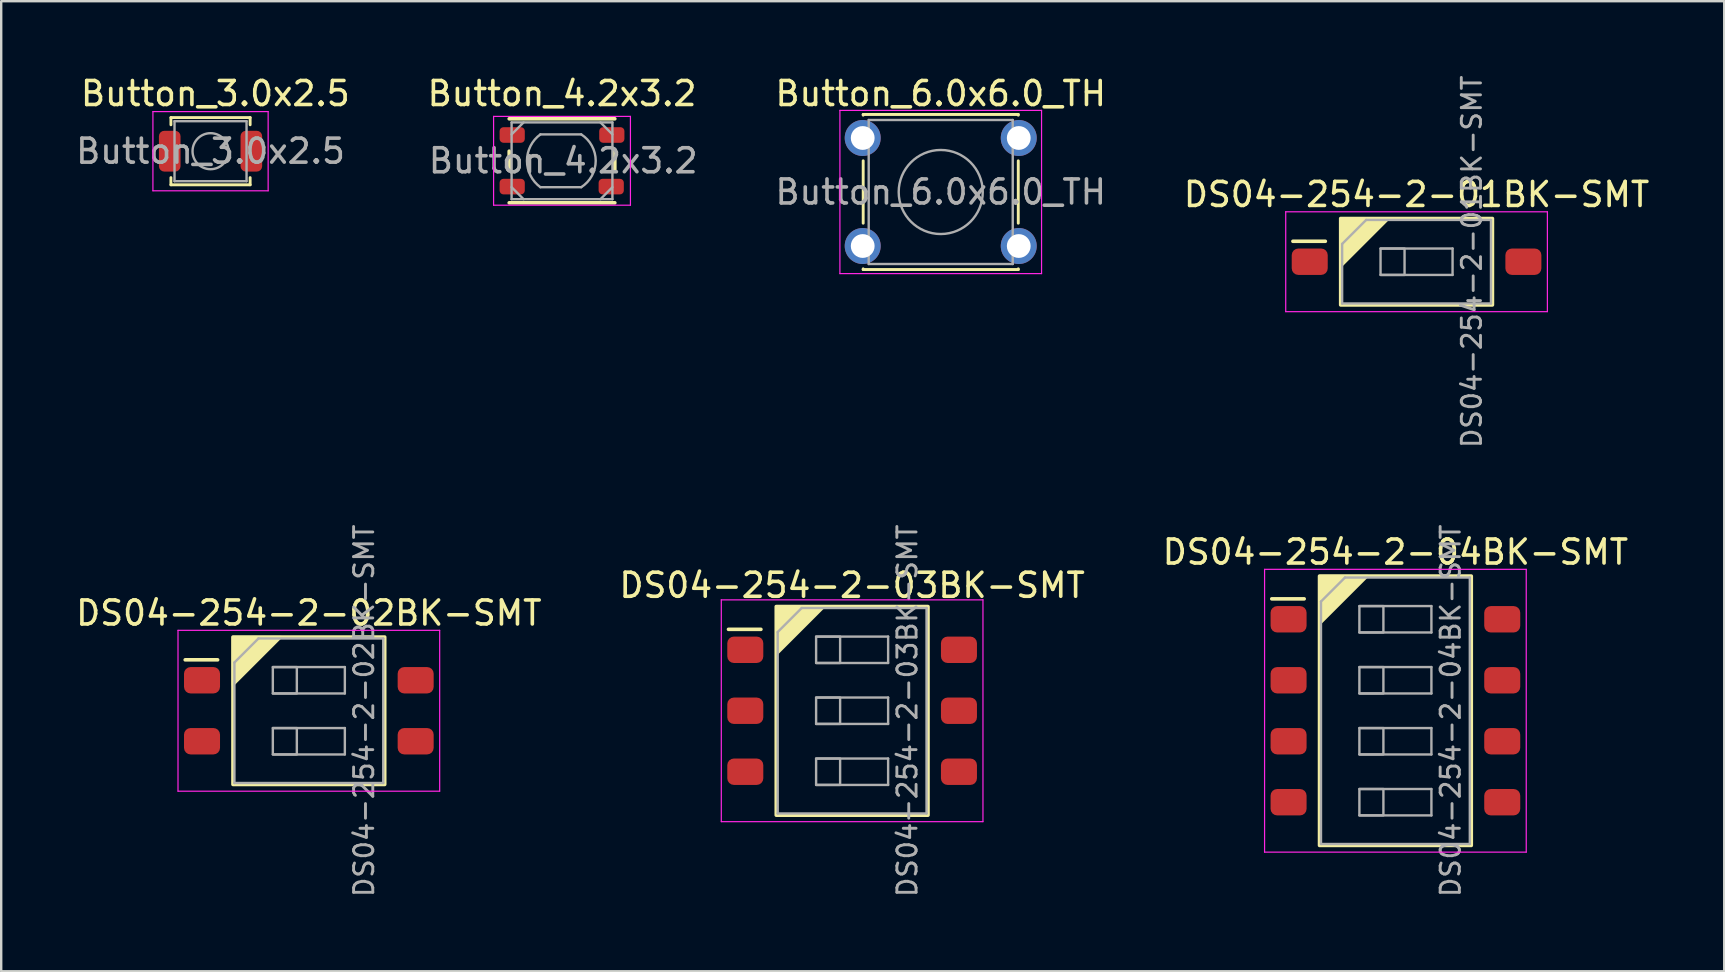
<source format=kicad_pcb>
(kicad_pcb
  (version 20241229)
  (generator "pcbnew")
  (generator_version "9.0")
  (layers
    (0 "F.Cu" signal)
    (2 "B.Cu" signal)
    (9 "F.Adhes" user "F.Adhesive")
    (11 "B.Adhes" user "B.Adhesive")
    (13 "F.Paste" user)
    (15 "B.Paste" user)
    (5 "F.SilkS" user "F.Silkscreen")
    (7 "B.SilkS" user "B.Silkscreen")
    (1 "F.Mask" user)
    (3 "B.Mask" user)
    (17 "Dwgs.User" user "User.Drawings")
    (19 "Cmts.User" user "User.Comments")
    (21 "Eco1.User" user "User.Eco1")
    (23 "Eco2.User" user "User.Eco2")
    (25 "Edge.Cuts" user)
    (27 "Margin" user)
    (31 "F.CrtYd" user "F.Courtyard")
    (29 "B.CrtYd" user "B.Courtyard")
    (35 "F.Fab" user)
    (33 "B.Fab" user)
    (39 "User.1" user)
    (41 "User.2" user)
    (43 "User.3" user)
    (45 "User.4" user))
  (footprint "DS04-254-2-03BK-SMT"
    (layer "F.Cu")
    (at 32.446 26.557)
    (property "Reference" "DS04-254-2-03BK-SMT" (at 0 -5.225 0) (layer "F.SilkS") (effects (font (size 1 1) (thickness 0.15))))
    (attr smd)
    (fp_line (start -5.15 -3.391) (end -3.8 -3.391) (stroke (width 0.15) (type solid)) (layer "F.SilkS"))
    (fp_rect (start -3.16 -4.34) (end 3.16 4.35) (stroke (width 0.15) (type default)) (fill no) (layer "F.SilkS"))
    (fp_poly (pts (xy -3.16 -4.34) (xy -1.16 -4.34) (xy -3.16 -2.34)) (stroke (width 0.1) (type solid)) (fill yes) (layer "F.SilkS"))
    (fp_line (start -5.45 -4.62) (end -5.45 4.62) (stroke (width 0.05) (type solid)) (layer "F.CrtYd"))
    (fp_line (start 5.45 -4.62) (end -5.45 -4.62) (stroke (width 0.05) (type solid)) (layer "F.CrtYd"))
    (fp_line (start 5.45 4.62) (end -5.45 4.62) (stroke (width 0.05) (type solid)) (layer "F.CrtYd"))
    (fp_line (start 5.45 4.62) (end 5.45 -4.62) (stroke (width 0.05) (type solid)) (layer "F.CrtYd"))
    (fp_line (start -3.1 -3.28) (end -2.1 -4.28) (stroke (width 0.1) (type solid)) (layer "F.Fab"))
    (fp_line (start -3.1 4.28) (end -3.1 -3.28) (stroke (width 0.1) (type solid)) (layer "F.Fab"))
    (fp_line (start -2.1 -4.28) (end 3.1 -4.28) (stroke (width 0.1) (type solid)) (layer "F.Fab"))
    (fp_line (start -1.5 -1.99) (end 1.5 -1.99) (stroke (width 0.1) (type solid)) (layer "F.Fab"))
    (fp_line (start -1.5 0.55) (end 1.5 0.55) (stroke (width 0.1) (type solid)) (layer "F.Fab"))
    (fp_line (start -1.5 1.99) (end 1.5 1.99) (stroke (width 0.1) (type solid)) (layer "F.Fab"))
    (fp_line (start 1.5 -3.09) (end -1.5 -3.09) (stroke (width 0.1) (type solid)) (layer "F.Fab"))
    (fp_line (start 1.5 -1.99) (end 1.5 -3.09) (stroke (width 0.1) (type solid)) (layer "F.Fab"))
    (fp_line (start 1.5 -0.55) (end -1.5 -0.55) (stroke (width 0.1) (type solid)) (layer "F.Fab"))
    (fp_line (start 1.5 0.55) (end 1.5 -0.55) (stroke (width 0.1) (type solid)) (layer "F.Fab"))
    (fp_line (start 1.5 1.99) (end 1.5 3.09) (stroke (width 0.1) (type solid)) (layer "F.Fab"))
    (fp_line (start 1.5 3.09) (end -1.5 3.09) (stroke (width 0.1) (type solid)) (layer "F.Fab"))
    (fp_line (start 3.1 -4.28) (end 3.1 4.28) (stroke (width 0.1) (type solid)) (layer "F.Fab"))
    (fp_line (start 3.1 4.28) (end -3.1 4.28) (stroke (width 0.1) (type solid)) (layer "F.Fab"))
    (fp_rect (start -1.5 -3.09) (end -0.5 -1.99) (stroke (width 0.1) (type solid)) (fill no) (layer "F.Fab"))
    (fp_rect (start -1.5 -0.55) (end -0.5 0.55) (stroke (width 0.1) (type solid)) (fill no) (layer "F.Fab"))
    (fp_rect (start -1.5 3.09) (end -0.5 1.99) (stroke (width 0.1) (type solid)) (fill no) (layer "F.Fab"))
    (fp_text user "${REFERENCE}" (at 2.3 0 90) (layer "F.Fab") (effects (font (size 0.8 0.8) (thickness 0.12))))
    (pad "1" smd roundrect (at -4.45 -2.54) (size 1.5 1.1) (layers "F.Cu" "F.Mask" "F.Paste") (roundrect_rratio 0.25))
    (pad "2" smd roundrect (at -4.45 0) (size 1.5 1.1) (layers "F.Cu" "F.Mask" "F.Paste") (roundrect_rratio 0.25))
    (pad "3" smd roundrect (at -4.45 2.54) (size 1.5 1.1) (layers "F.Cu" "F.Mask" "F.Paste") (roundrect_rratio 0.25))
    (pad "4" smd roundrect (at 4.45 2.54) (size 1.5 1.1) (layers "F.Cu" "F.Mask" "F.Paste") (roundrect_rratio 0.25))
    (pad "5" smd roundrect (at 4.45 0) (size 1.5 1.1) (layers "F.Cu" "F.Mask" "F.Paste") (roundrect_rratio 0.25))
    (pad "6" smd roundrect (at 4.45 -2.54) (size 1.5 1.1) (layers "F.Cu" "F.Mask" "F.Paste") (roundrect_rratio 0.25)))
  (footprint "Button_4.2x3.2"
    (layer "F.Cu")
    (at 20.361 3.648)
    (property "Reference" "Button_4.2x3.2" (at 0 -2.8 0) (unlocked yes) (layer "F.SilkS") (effects (font (size 1 1) (thickness 0.15))))
    (attr smd)
    (fp_line (start -2.2 0.4) (end -2.2 -0.4) (stroke (width 0.15) (type solid)) (layer "F.SilkS"))
    (fp_line (start -2.2 1.75) (end 2.2 1.75) (stroke (width 0.15) (type solid)) (layer "F.SilkS"))
    (fp_line (start 2.2 -1.75) (end -2.2 -1.75) (stroke (width 0.15) (type solid)) (layer "F.SilkS"))
    (fp_line (start 2.2 0.4) (end 2.2 -0.4) (stroke (width 0.15) (type solid)) (layer "F.SilkS"))
    (fp_line (start -2.85 -1.85) (end 2.85 -1.85) (stroke (width 0.05) (type solid)) (layer "F.CrtYd"))
    (fp_line (start -2.85 1.85) (end -2.85 -1.85) (stroke (width 0.05) (type solid)) (layer "F.CrtYd"))
    (fp_line (start 2.85 -1.85) (end 2.85 1.85) (stroke (width 0.05) (type solid)) (layer "F.CrtYd"))
    (fp_line (start 2.85 1.85) (end -2.85 1.85) (stroke (width 0.05) (type solid)) (layer "F.CrtYd"))
    (fp_line (start -2.1 -1.6) (end 2.1 -1.6) (stroke (width 0.1) (type solid)) (layer "F.Fab"))
    (fp_line (start -2.1 -1.1) (end -1.6 -1.6) (stroke (width 0.1) (type solid)) (layer "F.Fab"))
    (fp_line (start -2.1 1.1) (end -1.6 1.6) (stroke (width 0.1) (type solid)) (layer "F.Fab"))
    (fp_line (start -2.1 1.6) (end -2.1 -1.6) (stroke (width 0.1) (type solid)) (layer "F.Fab"))
    (fp_line (start -0.9 -1.1) (end 0.8 -1.1) (stroke (width 0.1) (type solid)) (layer "F.Fab"))
    (fp_line (start 0.8 1.1) (end -0.9 1.1) (stroke (width 0.1) (type solid)) (layer "F.Fab"))
    (fp_line (start 1.6 -1.6) (end 2.1 -1.1) (stroke (width 0.1) (type solid)) (layer "F.Fab"))
    (fp_line (start 1.6 1.6) (end 2.1 1.1) (stroke (width 0.1) (type solid)) (layer "F.Fab"))
    (fp_line (start 2.1 -1.6) (end 2.1 1.6) (stroke (width 0.1) (type solid)) (layer "F.Fab"))
    (fp_line (start 2.1 1.6) (end -2.1 1.6) (stroke (width 0.1) (type solid)) (layer "F.Fab"))
    (fp_arc (start -0.9 1.099999) (mid -1.460147 0) (end -0.9 -1.099999) (stroke (width 0.1) (type solid)) (layer "F.Fab"))
    (fp_arc (start 0.8 -1.099999) (mid 1.40384 0) (end 0.799999 1.099999) (stroke (width 0.1) (type solid)) (layer "F.Fab"))
    (fp_text user "${REFERENCE}" (at 0.05 0 0) (layer "F.Fab") (effects (font (size 1 1) (thickness 0.15))))
    (pad "1" smd roundrect (at -2.075 -1.075) (size 1.05 0.65) (layers "F.Cu" "F.Mask" "F.Paste") (roundrect_rratio 0.25))
    (pad "1" smd roundrect (at 2.075 -1.075) (size 1.05 0.65) (layers "F.Cu" "F.Mask" "F.Paste") (roundrect_rratio 0.25))
    (pad "2" smd roundrect (at -2.075 1.075) (size 1.05 0.65) (layers "F.Cu" "F.Mask" "F.Paste") (roundrect_rratio 0.25))
    (pad "2" smd roundrect (at 2.05 1.075) (size 1.05 0.65) (layers "F.Cu" "F.Mask" "F.Paste") (roundrect_rratio 0.25)))
  (footprint "DS04-254-2-02BK-SMT"
    (layer "F.Cu")
    (at 9.815 26.557)
    (property "Reference" "DS04-254-2-02BK-SMT" (at 0 -4.07 0) (layer "F.SilkS") (effects (font (size 1 1) (thickness 0.15))))
    (attr smd)
    (fp_line (start -5.15 -2.121) (end -3.8 -2.121) (stroke (width 0.15) (type solid)) (layer "F.SilkS"))
    (fp_rect (start -3.16 -3.07) (end 3.16 3.07) (stroke (width 0.15) (type default)) (fill no) (layer "F.SilkS"))
    (fp_poly (pts (xy -3.16 -3.07) (xy -1.16 -3.07) (xy -3.16 -1.07)) (stroke (width 0.1) (type solid)) (fill yes) (layer "F.SilkS"))
    (fp_line (start -5.45 -3.35) (end -5.45 3.35) (stroke (width 0.05) (type solid)) (layer "F.CrtYd"))
    (fp_line (start -5.45 3.35) (end 5.45 3.35) (stroke (width 0.05) (type solid)) (layer "F.CrtYd"))
    (fp_line (start 5.45 -3.35) (end -5.45 -3.35) (stroke (width 0.05) (type solid)) (layer "F.CrtYd"))
    (fp_line (start 5.45 3.35) (end 5.45 -3.35) (stroke (width 0.05) (type solid)) (layer "F.CrtYd"))
    (fp_line (start -3.1 -2.01) (end -2.1 -3.01) (stroke (width 0.1) (type solid)) (layer "F.Fab"))
    (fp_line (start -3.1 3.01) (end -3.1 -2.01) (stroke (width 0.1) (type solid)) (layer "F.Fab"))
    (fp_line (start -2.1 -3.01) (end 3.1 -3.01) (stroke (width 0.1) (type solid)) (layer "F.Fab"))
    (fp_line (start -1.5 -0.72) (end 1.5 -0.72) (stroke (width 0.1) (type solid)) (layer "F.Fab"))
    (fp_line (start -1.5 1.82) (end 1.5 1.82) (stroke (width 0.1) (type solid)) (layer "F.Fab"))
    (fp_line (start 1.5 -1.82) (end -1.5 -1.82) (stroke (width 0.1) (type solid)) (layer "F.Fab"))
    (fp_line (start 1.5 -0.72) (end 1.5 -1.82) (stroke (width 0.1) (type solid)) (layer "F.Fab"))
    (fp_line (start 1.5 0.72) (end -1.5 0.72) (stroke (width 0.1) (type solid)) (layer "F.Fab"))
    (fp_line (start 1.5 1.82) (end 1.5 0.72) (stroke (width 0.1) (type solid)) (layer "F.Fab"))
    (fp_line (start 3.1 -3.01) (end 3.1 3.01) (stroke (width 0.1) (type solid)) (layer "F.Fab"))
    (fp_line (start 3.1 3.01) (end -3.1 3.01) (stroke (width 0.1) (type solid)) (layer "F.Fab"))
    (fp_rect (start -1.5 -1.82) (end -0.5 -0.72) (stroke (width 0.1) (type solid)) (fill no) (layer "F.Fab"))
    (fp_rect (start -1.5 0.72) (end -0.5 1.82) (stroke (width 0.1) (type solid)) (fill no) (layer "F.Fab"))
    (fp_text user "${REFERENCE}" (at 2.3 0 90) (layer "F.Fab") (effects (font (size 0.8 0.8) (thickness 0.12))))
    (pad "1" smd roundrect (at -4.45 -1.27) (size 1.5 1.1) (layers "F.Cu" "F.Mask" "F.Paste") (roundrect_rratio 0.25))
    (pad "2" smd roundrect (at -4.45 1.27) (size 1.5 1.1) (layers "F.Cu" "F.Mask" "F.Paste") (roundrect_rratio 0.25))
    (pad "3" smd roundrect (at 4.45 1.27) (size 1.5 1.1) (layers "F.Cu" "F.Mask" "F.Paste") (roundrect_rratio 0.25))
    (pad "4" smd roundrect (at 4.45 -1.27) (size 1.5 1.1) (layers "F.Cu" "F.Mask" "F.Paste") (roundrect_rratio 0.25)))
  (footprint "DS04-254-2-01BK-SMT"
    (layer "F.Cu")
    (at 55.958 7.852)
    (property "Reference" "DS04-254-2-01BK-SMT" (at 0 -2.8 0) (layer "F.SilkS") (effects (font (size 1 1) (thickness 0.15))))
    (attr smd)
    (fp_line (start -5.15 -0.851) (end -3.8 -0.851) (stroke (width 0.15) (type solid)) (layer "F.SilkS"))
    (fp_rect (start -3.16 -1.8) (end 3.16 1.8) (stroke (width 0.15) (type default)) (fill no) (layer "F.SilkS"))
    (fp_poly (pts (xy -3.16 -1.8) (xy -1.16 -1.8) (xy -3.16 0.2)) (stroke (width 0.1) (type solid)) (fill yes) (layer "F.SilkS"))
    (fp_line (start -5.45 -2.08) (end -5.45 2.08) (stroke (width 0.05) (type solid)) (layer "F.CrtYd"))
    (fp_line (start -5.45 2.08) (end 5.45 2.08) (stroke (width 0.05) (type solid)) (layer "F.CrtYd"))
    (fp_line (start 5.45 -2.08) (end -5.45 -2.08) (stroke (width 0.05) (type solid)) (layer "F.CrtYd"))
    (fp_line (start 5.45 2.08) (end 5.45 -2.08) (stroke (width 0.05) (type solid)) (layer "F.CrtYd"))
    (fp_line (start -3.1 -0.74) (end -2.1 -1.74) (stroke (width 0.1) (type solid)) (layer "F.Fab"))
    (fp_line (start -3.1 1.74) (end -3.1 -0.74) (stroke (width 0.1) (type solid)) (layer "F.Fab"))
    (fp_line (start -2.1 -1.74) (end 3.1 -1.74) (stroke (width 0.1) (type solid)) (layer "F.Fab"))
    (fp_line (start -1.5 0.55) (end 1.5 0.55) (stroke (width 0.1) (type solid)) (layer "F.Fab"))
    (fp_line (start 1.5 -0.55) (end -1.5 -0.55) (stroke (width 0.1) (type solid)) (layer "F.Fab"))
    (fp_line (start 1.5 0.55) (end 1.5 -0.55) (stroke (width 0.1) (type solid)) (layer "F.Fab"))
    (fp_line (start 3.1 -1.74) (end 3.1 1.74) (stroke (width 0.1) (type solid)) (layer "F.Fab"))
    (fp_line (start 3.1 1.74) (end -3.1 1.74) (stroke (width 0.1) (type solid)) (layer "F.Fab"))
    (fp_rect (start -1.5 -0.55) (end -0.5 0.55) (stroke (width 0.1) (type solid)) (fill no) (layer "F.Fab"))
    (fp_text user "${REFERENCE}" (at 2.3 0 90) (layer "F.Fab") (effects (font (size 0.8 0.8) (thickness 0.12))))
    (pad "1" smd roundrect (at -4.45 0) (size 1.5 1.1) (layers "F.Cu" "F.Mask" "F.Paste") (roundrect_rratio 0.25))
    (pad "2" smd roundrect (at 4.45 0) (size 1.5 1.1) (layers "F.Cu" "F.Mask" "F.Paste") (roundrect_rratio 0.25)))
  (footprint "DS04-254-2-04BK-SMT"
    (layer "F.Cu")
    (at 55.077 26.557)
    (property "Reference" "DS04-254-2-04BK-SMT" (at 0 -6.61 0) (layer "F.SilkS") (effects (font (size 1 1) (thickness 0.15))))
    (attr smd)
    (fp_line (start -5.15 -4.661) (end -3.8 -4.661) (stroke (width 0.15) (type solid)) (layer "F.SilkS"))
    (fp_rect (start -3.16 -5.61) (end 3.16 5.61) (stroke (width 0.15) (type default)) (fill no) (layer "F.SilkS"))
    (fp_poly (pts (xy -3.16 -5.61) (xy -1.16 -5.61) (xy -3.16 -3.61)) (stroke (width 0.1) (type solid)) (fill yes) (layer "F.SilkS"))
    (fp_line (start -5.45 -5.89) (end -5.45 5.89) (stroke (width 0.05) (type solid)) (layer "F.CrtYd"))
    (fp_line (start -5.45 5.89) (end 5.45 5.89) (stroke (width 0.05) (type solid)) (layer "F.CrtYd"))
    (fp_line (start 5.45 -5.89) (end -5.45 -5.89) (stroke (width 0.05) (type solid)) (layer "F.CrtYd"))
    (fp_line (start 5.45 5.89) (end 5.45 -5.89) (stroke (width 0.05) (type solid)) (layer "F.CrtYd"))
    (fp_line (start -3.1 -4.55) (end -2.1 -5.55) (stroke (width 0.1) (type solid)) (layer "F.Fab"))
    (fp_line (start -3.1 5.55) (end -3.1 -4.55) (stroke (width 0.1) (type solid)) (layer "F.Fab"))
    (fp_line (start -2.1 -5.55) (end 3.1 -5.55) (stroke (width 0.1) (type solid)) (layer "F.Fab"))
    (fp_line (start -1.5 -3.26) (end 1.5 -3.26) (stroke (width 0.1) (type solid)) (layer "F.Fab"))
    (fp_line (start -1.5 -0.72) (end 1.5 -0.72) (stroke (width 0.1) (type solid)) (layer "F.Fab"))
    (fp_line (start -1.5 1.82) (end 1.5 1.82) (stroke (width 0.1) (type solid)) (layer "F.Fab"))
    (fp_line (start -1.5 4.36) (end 1.5 4.36) (stroke (width 0.1) (type solid)) (layer "F.Fab"))
    (fp_line (start 1.5 -4.36) (end -1.5 -4.36) (stroke (width 0.1) (type solid)) (layer "F.Fab"))
    (fp_line (start 1.5 -3.26) (end 1.5 -4.36) (stroke (width 0.1) (type solid)) (layer "F.Fab"))
    (fp_line (start 1.5 -1.82) (end -1.5 -1.82) (stroke (width 0.1) (type solid)) (layer "F.Fab"))
    (fp_line (start 1.5 -0.72) (end 1.5 -1.82) (stroke (width 0.1) (type solid)) (layer "F.Fab"))
    (fp_line (start 1.5 0.72) (end -1.5 0.72) (stroke (width 0.1) (type solid)) (layer "F.Fab"))
    (fp_line (start 1.5 1.82) (end 1.5 0.72) (stroke (width 0.1) (type solid)) (layer "F.Fab"))
    (fp_line (start 1.5 3.26) (end -1.5 3.26) (stroke (width 0.1) (type solid)) (layer "F.Fab"))
    (fp_line (start 1.5 4.36) (end 1.5 3.26) (stroke (width 0.1) (type solid)) (layer "F.Fab"))
    (fp_line (start 3.1 -5.55) (end 3.1 5.55) (stroke (width 0.1) (type solid)) (layer "F.Fab"))
    (fp_line (start 3.1 5.55) (end -3.1 5.55) (stroke (width 0.1) (type solid)) (layer "F.Fab"))
    (fp_rect (start -1.5 -4.36) (end -0.5 -3.26) (stroke (width 0.1) (type solid)) (fill no) (layer "F.Fab"))
    (fp_rect (start -1.5 -1.82) (end -0.5 -0.72) (stroke (width 0.1) (type solid)) (fill no) (layer "F.Fab"))
    (fp_rect (start -1.5 0.72) (end -0.5 1.82) (stroke (width 0.1) (type solid)) (fill no) (layer "F.Fab"))
    (fp_rect (start -1.5 3.26) (end -0.5 4.36) (stroke (width 0.1) (type solid)) (fill no) (layer "F.Fab"))
    (fp_text user "${REFERENCE}" (at 2.3 0 90) (layer "F.Fab") (effects (font (size 0.8 0.8) (thickness 0.12))))
    (pad "1" smd roundrect (at -4.45 -3.81) (size 1.5 1.1) (layers "F.Cu" "F.Mask" "F.Paste") (roundrect_rratio 0.25))
    (pad "2" smd roundrect (at -4.45 -1.27) (size 1.5 1.1) (layers "F.Cu" "F.Mask" "F.Paste") (roundrect_rratio 0.25))
    (pad "3" smd roundrect (at -4.45 1.27) (size 1.5 1.1) (layers "F.Cu" "F.Mask" "F.Paste") (roundrect_rratio 0.25))
    (pad "4" smd roundrect (at -4.45 3.81) (size 1.5 1.1) (layers "F.Cu" "F.Mask" "F.Paste") (roundrect_rratio 0.25))
    (pad "5" smd roundrect (at 4.45 3.81) (size 1.5 1.1) (layers "F.Cu" "F.Mask" "F.Paste") (roundrect_rratio 0.25))
    (pad "6" smd roundrect (at 4.45 1.27) (size 1.5 1.1) (layers "F.Cu" "F.Mask" "F.Paste") (roundrect_rratio 0.25))
    (pad "7" smd roundrect (at 4.45 -1.27) (size 1.5 1.1) (layers "F.Cu" "F.Mask" "F.Paste") (roundrect_rratio 0.25))
    (pad "8" smd roundrect (at 4.45 -3.81) (size 1.5 1.1) (layers "F.Cu" "F.Mask" "F.Paste") (roundrect_rratio 0.25)))
  (footprint "Button_6.0x6.0_TH"
    (layer "F.Cu")
    (at 36.137 4.948)
    (property "Reference" "Button_6.0x6.0_TH" (at 0 -4.1 0) (unlocked yes) (layer "F.SilkS") (effects (font (size 1 1) (thickness 0.15))))
    (attr through_hole)
    (fp_line (start -3.23 -3.23) (end 3.23 -3.23) (stroke (width 0.12) (type solid)) (layer "F.SilkS"))
    (fp_line (start -3.23 -3.2) (end -3.23 -3.23) (stroke (width 0.12) (type solid)) (layer "F.SilkS"))
    (fp_line (start -3.23 -1.3) (end -3.23 1.3) (stroke (width 0.12) (type solid)) (layer "F.SilkS"))
    (fp_line (start -3.23 3.23) (end -3.23 3.2) (stroke (width 0.12) (type solid)) (layer "F.SilkS"))
    (fp_line (start -3.23 3.23) (end 3.23 3.23) (stroke (width 0.12) (type solid)) (layer "F.SilkS"))
    (fp_line (start 3.23 -3.23) (end 3.23 -3.2) (stroke (width 0.12) (type solid)) (layer "F.SilkS"))
    (fp_line (start 3.23 -1.3) (end 3.23 1.3) (stroke (width 0.12) (type solid)) (layer "F.SilkS"))
    (fp_line (start 3.23 3.23) (end 3.23 3.2) (stroke (width 0.12) (type solid)) (layer "F.SilkS"))
    (fp_line (start -4.2 -3.4) (end -4.2 3.4) (stroke (width 0.05) (type solid)) (layer "F.CrtYd"))
    (fp_line (start -4.2 -3.4) (end 4.2 -3.4) (stroke (width 0.05) (type solid)) (layer "F.CrtYd"))
    (fp_line (start -4.2 3.4) (end 4.2 3.4) (stroke (width 0.05) (type solid)) (layer "F.CrtYd"))
    (fp_line (start 4.2 3.4) (end 4.2 -3.4) (stroke (width 0.05) (type solid)) (layer "F.CrtYd"))
    (fp_line (start -3 -3) (end -3 3) (stroke (width 0.1) (type solid)) (layer "F.Fab"))
    (fp_line (start -3 3) (end 3 3) (stroke (width 0.1) (type solid)) (layer "F.Fab"))
    (fp_line (start 3 -3) (end -3 -3) (stroke (width 0.1) (type solid)) (layer "F.Fab"))
    (fp_line (start 3 3) (end 3 -3) (stroke (width 0.1) (type solid)) (layer "F.Fab"))
    (fp_circle (center 0 0) (end 1.75 -0.05) (stroke (width 0.1) (type solid)) (fill no) (layer "F.Fab"))
    (fp_text user "${REFERENCE}" (at 0 0 0) (layer "F.Fab") (effects (font (size 1 1) (thickness 0.15))))
    (pad "1" thru_hole circle (at -3.25 -2.25) (size 1.499 1.499) (drill 0.991) (layers "*.Cu" "*.Mask"))
    (pad "1" thru_hole circle (at 3.25 -2.25) (size 1.499 1.499) (drill 0.991) (layers "*.Cu" "*.Mask"))
    (pad "2" thru_hole circle (at -3.25 2.25) (size 1.499 1.499) (drill 0.991) (layers "*.Cu" "*.Mask"))
    (pad "2" thru_hole circle (at 3.25 2.25) (size 1.499 1.499) (drill 0.991) (layers "*.Cu" "*.Mask")))
  (footprint "Button_3.0x2.5"
    (layer "F.Cu")
    (at 5.72 3.248)
    (property "Reference" "Button_3.0x2.5" (at 0.2 -2.4 0) (unlocked yes) (layer "F.SilkS") (effects (font (size 1 1) (thickness 0.15))))
    (attr smd)
    (fp_line (start -1.65 -1.4) (end 1.65 -1.4) (stroke (width 0.12) (type solid)) (layer "F.SilkS"))
    (fp_line (start -1.65 -1.1) (end -1.65 -1.4) (stroke (width 0.12) (type solid)) (layer "F.SilkS"))
    (fp_line (start -1.65 1.1) (end -1.65 1.4) (stroke (width 0.12) (type solid)) (layer "F.SilkS"))
    (fp_line (start -1.65 1.4) (end 1.65 1.4) (stroke (width 0.12) (type solid)) (layer "F.SilkS"))
    (fp_line (start 1.65 -1.4) (end 1.65 -1.1) (stroke (width 0.12) (type solid)) (layer "F.SilkS"))
    (fp_line (start 1.65 1.4) (end 1.65 1.1) (stroke (width 0.12) (type solid)) (layer "F.SilkS"))
    (fp_line (start -2.4 -1.65) (end -2.4 1.65) (stroke (width 0.05) (type solid)) (layer "F.CrtYd"))
    (fp_line (start -2.4 1.65) (end 2.4 1.65) (stroke (width 0.05) (type solid)) (layer "F.CrtYd"))
    (fp_line (start 2.4 -1.65) (end -2.4 -1.65) (stroke (width 0.05) (type solid)) (layer "F.CrtYd"))
    (fp_line (start 2.4 1.65) (end 2.4 -1.65) (stroke (width 0.05) (type solid)) (layer "F.CrtYd"))
    (fp_line (start -1.5 -1.25) (end 1.5 -1.25) (stroke (width 0.1) (type solid)) (layer "F.Fab"))
    (fp_line (start -1.5 1.25) (end -1.5 -1.25) (stroke (width 0.1) (type solid)) (layer "F.Fab"))
    (fp_line (start 1.5 -1.25) (end 1.5 1.25) (stroke (width 0.1) (type solid)) (layer "F.Fab"))
    (fp_line (start 1.5 1.25) (end -1.5 1.25) (stroke (width 0.1) (type solid)) (layer "F.Fab"))
    (fp_circle (center 0 0) (end 0.75 0) (stroke (width 0.1) (type solid)) (fill no) (layer "F.Fab"))
    (fp_text user "${REFERENCE}" (at 0 0 0) (layer "F.Fab") (effects (font (size 1 1) (thickness 0.15))))
    (pad "1" smd roundrect (at -1.7 0) (size 0.9 1.7) (layers "F.Cu" "F.Mask" "F.Paste") (roundrect_rratio 0.25))
    (pad "2" smd roundrect (at 1.7 0) (size 0.9 1.7) (layers "F.Cu" "F.Mask" "F.Paste") (roundrect_rratio 0.25)))
  (gr_rect
    (start -3 -3)
    (end 68.774 37.41)
    (stroke (width 0.1) (type default))
    (fill no)
    (layer "Edge.Cuts")))
</source>
